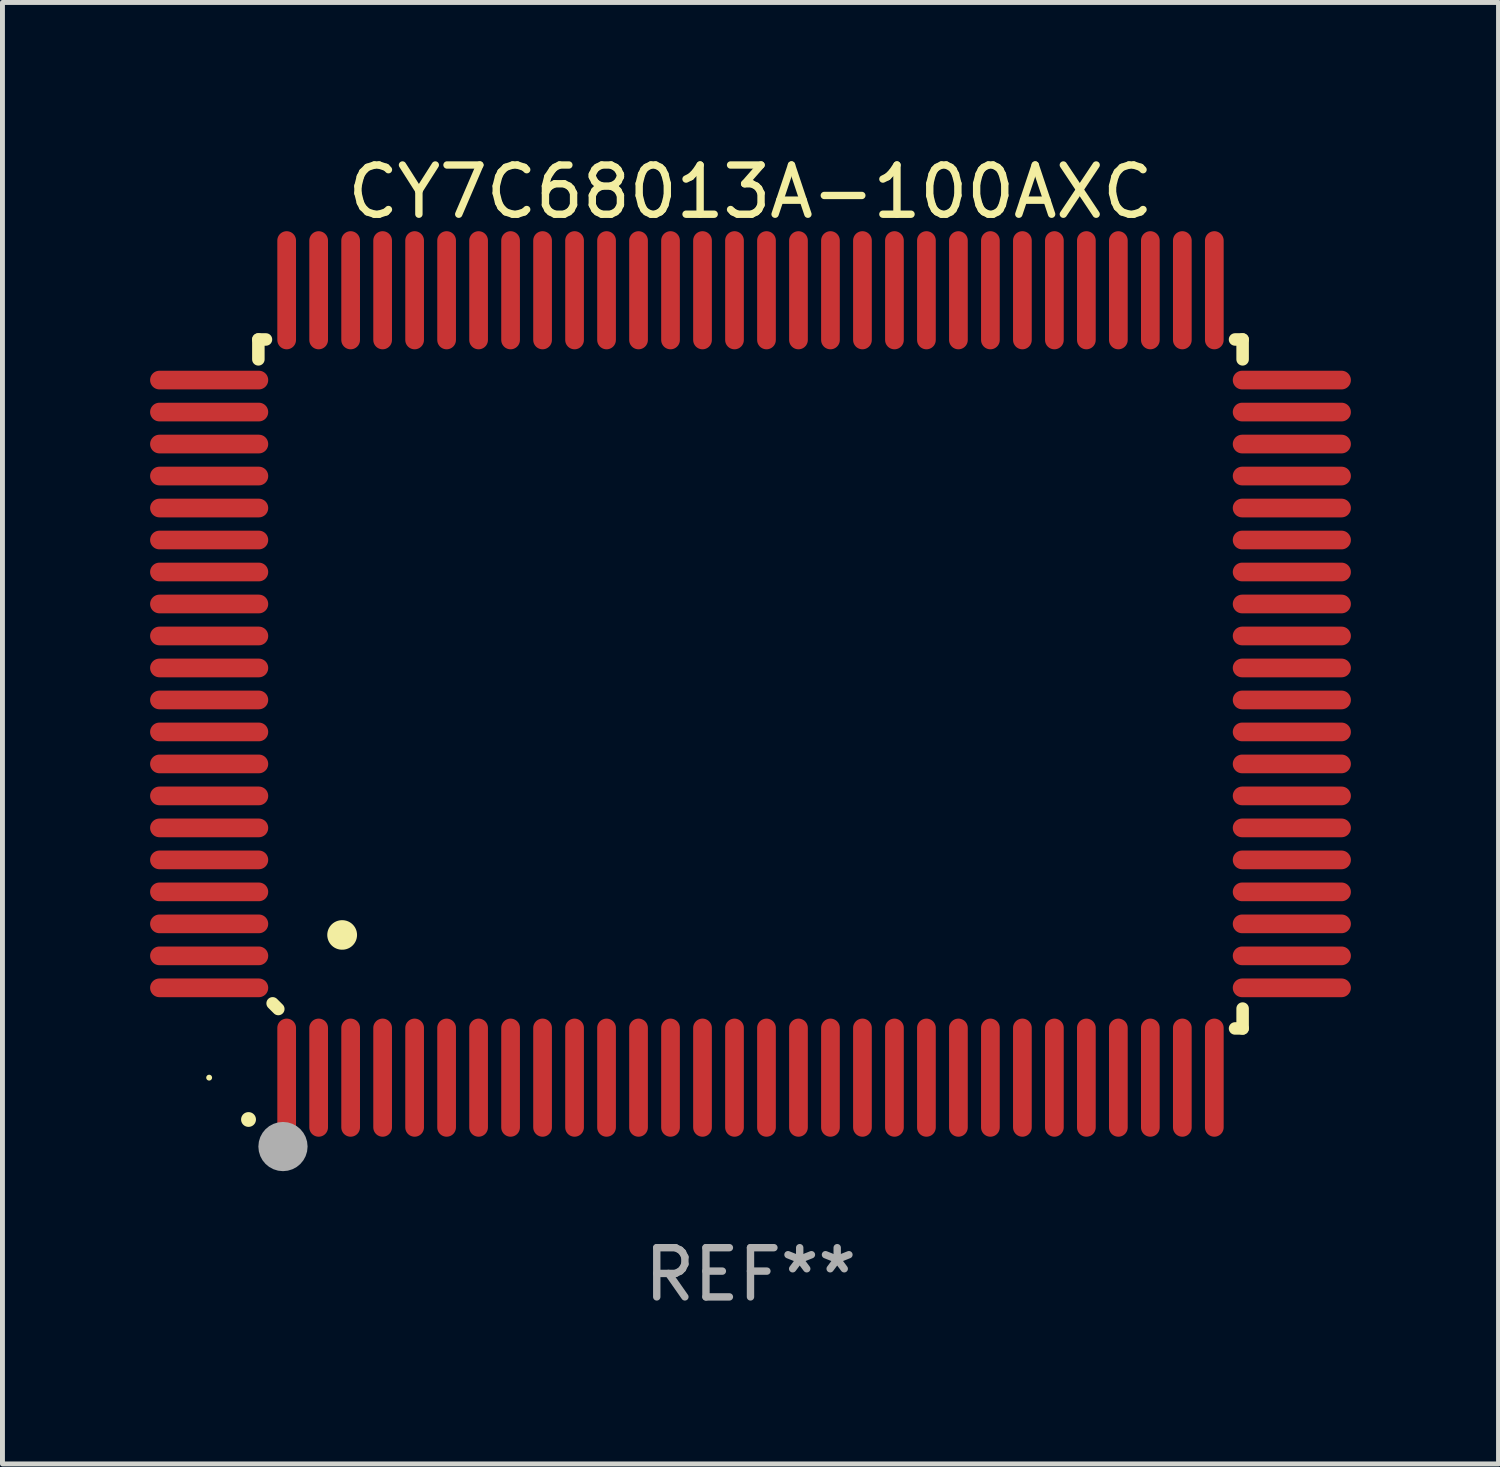
<source format=kicad_pcb>
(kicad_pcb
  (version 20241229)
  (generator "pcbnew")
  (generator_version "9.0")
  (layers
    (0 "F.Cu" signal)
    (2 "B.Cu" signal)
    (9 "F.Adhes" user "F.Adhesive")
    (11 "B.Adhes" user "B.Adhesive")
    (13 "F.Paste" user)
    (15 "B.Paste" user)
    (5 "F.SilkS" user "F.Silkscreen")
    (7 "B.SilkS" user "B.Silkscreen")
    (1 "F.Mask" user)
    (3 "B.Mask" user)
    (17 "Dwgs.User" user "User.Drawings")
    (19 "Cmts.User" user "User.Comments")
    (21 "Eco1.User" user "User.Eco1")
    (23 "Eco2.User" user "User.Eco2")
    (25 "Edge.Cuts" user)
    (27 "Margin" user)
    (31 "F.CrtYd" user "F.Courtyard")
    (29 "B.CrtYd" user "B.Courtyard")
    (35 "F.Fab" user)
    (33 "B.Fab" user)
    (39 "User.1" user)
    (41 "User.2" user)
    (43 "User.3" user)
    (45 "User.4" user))
  (footprint "CY7C68013A-100AXC"
    (layer "F.Cu")
    (at 12.2 10.848)
    (property "Reference" "CY7C68013A-100AXC" (at 0 -10 0) (layer "F.SilkS") (effects (font (size 1 1) (thickness 0.15))))
    (attr through_hole)
    (fp_line (start -10 -7) (end -10 -6.596) (stroke (width 0.254) (type solid)) (layer "F.SilkS"))
    (fp_line (start -10 -7) (end -9.846 -7) (stroke (width 0.254) (type solid)) (layer "F.SilkS"))
    (fp_line (start -9.595 6.605) (end -9.71 6.49) (stroke (width 0.254) (type solid)) (layer "F.SilkS"))
    (fp_line (start 9.846 -7) (end 10 -7) (stroke (width 0.254) (type solid)) (layer "F.SilkS"))
    (fp_line (start 10 -7) (end 10 -6.596) (stroke (width 0.254) (type solid)) (layer "F.SilkS"))
    (fp_line (start 10 6.596) (end 10 7) (stroke (width 0.254) (type solid)) (layer "F.SilkS"))
    (fp_line (start 10 7) (end 9.846 7) (stroke (width 0.254) (type solid)) (layer "F.SilkS"))
    (fp_arc (start -10.201295 8.850064) (mid -10.200025 8.850059) (end -10.198755 8.850064) (stroke (width 0.3) (type solid)) (layer "F.SilkS"))
    (fp_arc (start -8.300025 5.100076) (mid -8.297485 5.100065) (end -8.294945 5.100076) (stroke (width 0.6) (type solid)) (layer "F.SilkS"))
    (fp_circle (center -11 8) (end -10.97 8) (stroke (width 0.06) (type solid)) (fill no) (layer "F.SilkS"))
    (fp_circle (center -9.5 9.4) (end -9.25 9.4) (stroke (width 0.5) (type solid)) (fill no) (layer "F.Fab"))
    (fp_text user "REF**" (at 0 12 0) (layer "F.Fab") (effects (font (size 1 1) (thickness 0.15))))
    (pad "1" smd oval (at -9.425 8 180) (size 0.38 2.4) (layers "F.Cu" "F.Mask" "F.Paste"))
    (pad "2" smd oval (at -8.775 8 180) (size 0.38 2.4) (layers "F.Cu" "F.Mask" "F.Paste"))
    (pad "3" smd oval (at -8.125 8 180) (size 0.38 2.4) (layers "F.Cu" "F.Mask" "F.Paste"))
    (pad "4" smd oval (at -7.475 8 180) (size 0.38 2.4) (layers "F.Cu" "F.Mask" "F.Paste"))
    (pad "5" smd oval (at -6.825 8 180) (size 0.38 2.4) (layers "F.Cu" "F.Mask" "F.Paste"))
    (pad "6" smd oval (at -6.175 8 180) (size 0.38 2.4) (layers "F.Cu" "F.Mask" "F.Paste"))
    (pad "7" smd oval (at -5.525 8 180) (size 0.38 2.4) (layers "F.Cu" "F.Mask" "F.Paste"))
    (pad "8" smd oval (at -4.875 8 180) (size 0.38 2.4) (layers "F.Cu" "F.Mask" "F.Paste"))
    (pad "9" smd oval (at -4.225 8 180) (size 0.38 2.4) (layers "F.Cu" "F.Mask" "F.Paste"))
    (pad "10" smd oval (at -3.575 8 180) (size 0.38 2.4) (layers "F.Cu" "F.Mask" "F.Paste"))
    (pad "11" smd oval (at -2.925 8 180) (size 0.38 2.4) (layers "F.Cu" "F.Mask" "F.Paste"))
    (pad "12" smd oval (at -2.275 8 180) (size 0.38 2.4) (layers "F.Cu" "F.Mask" "F.Paste"))
    (pad "13" smd oval (at -1.625 8 180) (size 0.38 2.4) (layers "F.Cu" "F.Mask" "F.Paste"))
    (pad "14" smd oval (at -0.975 8 180) (size 0.38 2.4) (layers "F.Cu" "F.Mask" "F.Paste"))
    (pad "15" smd oval (at -0.325 8 180) (size 0.38 2.4) (layers "F.Cu" "F.Mask" "F.Paste"))
    (pad "16" smd oval (at 0.325 8 180) (size 0.38 2.4) (layers "F.Cu" "F.Mask" "F.Paste"))
    (pad "17" smd oval (at 0.975 8 180) (size 0.38 2.4) (layers "F.Cu" "F.Mask" "F.Paste"))
    (pad "18" smd oval (at 1.625 8 180) (size 0.38 2.4) (layers "F.Cu" "F.Mask" "F.Paste"))
    (pad "19" smd oval (at 2.275 8 180) (size 0.38 2.4) (layers "F.Cu" "F.Mask" "F.Paste"))
    (pad "20" smd oval (at 2.925 8 180) (size 0.38 2.4) (layers "F.Cu" "F.Mask" "F.Paste"))
    (pad "21" smd oval (at 3.575 8 180) (size 0.38 2.4) (layers "F.Cu" "F.Mask" "F.Paste"))
    (pad "22" smd oval (at 4.225 8 180) (size 0.38 2.4) (layers "F.Cu" "F.Mask" "F.Paste"))
    (pad "23" smd oval (at 4.875 8 180) (size 0.38 2.4) (layers "F.Cu" "F.Mask" "F.Paste"))
    (pad "24" smd oval (at 5.525 8 180) (size 0.38 2.4) (layers "F.Cu" "F.Mask" "F.Paste"))
    (pad "25" smd oval (at 6.175 8 180) (size 0.38 2.4) (layers "F.Cu" "F.Mask" "F.Paste"))
    (pad "26" smd oval (at 6.825 8 180) (size 0.38 2.4) (layers "F.Cu" "F.Mask" "F.Paste"))
    (pad "27" smd oval (at 7.475 8 180) (size 0.38 2.4) (layers "F.Cu" "F.Mask" "F.Paste"))
    (pad "28" smd oval (at 8.125 8 180) (size 0.38 2.4) (layers "F.Cu" "F.Mask" "F.Paste"))
    (pad "29" smd oval (at 8.775 8 180) (size 0.38 2.4) (layers "F.Cu" "F.Mask" "F.Paste"))
    (pad "30" smd oval (at 9.425 8 180) (size 0.38 2.4) (layers "F.Cu" "F.Mask" "F.Paste"))
    (pad "31" smd oval (at 11 6.175 90) (size 0.38 2.4) (layers "F.Cu" "F.Mask" "F.Paste"))
    (pad "32" smd oval (at 11 5.525 90) (size 0.38 2.4) (layers "F.Cu" "F.Mask" "F.Paste"))
    (pad "33" smd oval (at 11 4.875 90) (size 0.38 2.4) (layers "F.Cu" "F.Mask" "F.Paste"))
    (pad "34" smd oval (at 11 4.225 90) (size 0.38 2.4) (layers "F.Cu" "F.Mask" "F.Paste"))
    (pad "35" smd oval (at 11 3.575 90) (size 0.38 2.4) (layers "F.Cu" "F.Mask" "F.Paste"))
    (pad "36" smd oval (at 11 2.925 90) (size 0.38 2.4) (layers "F.Cu" "F.Mask" "F.Paste"))
    (pad "37" smd oval (at 11 2.275 90) (size 0.38 2.4) (layers "F.Cu" "F.Mask" "F.Paste"))
    (pad "38" smd oval (at 11 1.625 90) (size 0.38 2.4) (layers "F.Cu" "F.Mask" "F.Paste"))
    (pad "39" smd oval (at 11 0.975 90) (size 0.38 2.4) (layers "F.Cu" "F.Mask" "F.Paste"))
    (pad "40" smd oval (at 11 0.325 90) (size 0.38 2.4) (layers "F.Cu" "F.Mask" "F.Paste"))
    (pad "41" smd oval (at 11 -0.325 90) (size 0.38 2.4) (layers "F.Cu" "F.Mask" "F.Paste"))
    (pad "42" smd oval (at 11 -0.975 90) (size 0.38 2.4) (layers "F.Cu" "F.Mask" "F.Paste"))
    (pad "43" smd oval (at 11 -1.625 90) (size 0.38 2.4) (layers "F.Cu" "F.Mask" "F.Paste"))
    (pad "44" smd oval (at 11 -2.275 90) (size 0.38 2.4) (layers "F.Cu" "F.Mask" "F.Paste"))
    (pad "45" smd oval (at 11 -2.925 90) (size 0.38 2.4) (layers "F.Cu" "F.Mask" "F.Paste"))
    (pad "46" smd oval (at 11 -3.575 90) (size 0.38 2.4) (layers "F.Cu" "F.Mask" "F.Paste"))
    (pad "47" smd oval (at 11 -4.225 90) (size 0.38 2.4) (layers "F.Cu" "F.Mask" "F.Paste"))
    (pad "48" smd oval (at 11 -4.875 90) (size 0.38 2.4) (layers "F.Cu" "F.Mask" "F.Paste"))
    (pad "49" smd oval (at 11 -5.525 90) (size 0.38 2.4) (layers "F.Cu" "F.Mask" "F.Paste"))
    (pad "50" smd oval (at 11 -6.175 90) (size 0.38 2.4) (layers "F.Cu" "F.Mask" "F.Paste"))
    (pad "51" smd oval (at 9.425 -8 180) (size 0.38 2.4) (layers "F.Cu" "F.Mask" "F.Paste"))
    (pad "52" smd oval (at 8.775 -8 180) (size 0.38 2.4) (layers "F.Cu" "F.Mask" "F.Paste"))
    (pad "53" smd oval (at 8.125 -8 180) (size 0.38 2.4) (layers "F.Cu" "F.Mask" "F.Paste"))
    (pad "54" smd oval (at 7.475 -8 180) (size 0.38 2.4) (layers "F.Cu" "F.Mask" "F.Paste"))
    (pad "55" smd oval (at 6.825 -8 180) (size 0.38 2.4) (layers "F.Cu" "F.Mask" "F.Paste"))
    (pad "56" smd oval (at 6.175 -8 180) (size 0.38 2.4) (layers "F.Cu" "F.Mask" "F.Paste"))
    (pad "57" smd oval (at 5.525 -8 180) (size 0.38 2.4) (layers "F.Cu" "F.Mask" "F.Paste"))
    (pad "58" smd oval (at 4.875 -8 180) (size 0.38 2.4) (layers "F.Cu" "F.Mask" "F.Paste"))
    (pad "59" smd oval (at 4.225 -8 180) (size 0.38 2.4) (layers "F.Cu" "F.Mask" "F.Paste"))
    (pad "60" smd oval (at 3.575 -8 180) (size 0.38 2.4) (layers "F.Cu" "F.Mask" "F.Paste"))
    (pad "61" smd oval (at 2.925 -8 180) (size 0.38 2.4) (layers "F.Cu" "F.Mask" "F.Paste"))
    (pad "62" smd oval (at 2.275 -8 180) (size 0.38 2.4) (layers "F.Cu" "F.Mask" "F.Paste"))
    (pad "63" smd oval (at 1.625 -8 180) (size 0.38 2.4) (layers "F.Cu" "F.Mask" "F.Paste"))
    (pad "64" smd oval (at 0.975 -8 180) (size 0.38 2.4) (layers "F.Cu" "F.Mask" "F.Paste"))
    (pad "65" smd oval (at 0.325 -8 180) (size 0.38 2.4) (layers "F.Cu" "F.Mask" "F.Paste"))
    (pad "66" smd oval (at -0.325 -8 180) (size 0.38 2.4) (layers "F.Cu" "F.Mask" "F.Paste"))
    (pad "67" smd oval (at -0.975 -8 180) (size 0.38 2.4) (layers "F.Cu" "F.Mask" "F.Paste"))
    (pad "68" smd oval (at -1.625 -8 180) (size 0.38 2.4) (layers "F.Cu" "F.Mask" "F.Paste"))
    (pad "69" smd oval (at -2.275 -8 180) (size 0.38 2.4) (layers "F.Cu" "F.Mask" "F.Paste"))
    (pad "70" smd oval (at -2.925 -8 180) (size 0.38 2.4) (layers "F.Cu" "F.Mask" "F.Paste"))
    (pad "71" smd oval (at -3.575 -8 180) (size 0.38 2.4) (layers "F.Cu" "F.Mask" "F.Paste"))
    (pad "72" smd oval (at -4.225 -8 180) (size 0.38 2.4) (layers "F.Cu" "F.Mask" "F.Paste"))
    (pad "73" smd oval (at -4.875 -8 180) (size 0.38 2.4) (layers "F.Cu" "F.Mask" "F.Paste"))
    (pad "74" smd oval (at -5.525 -8 180) (size 0.38 2.4) (layers "F.Cu" "F.Mask" "F.Paste"))
    (pad "75" smd oval (at -6.175 -8 180) (size 0.38 2.4) (layers "F.Cu" "F.Mask" "F.Paste"))
    (pad "76" smd oval (at -6.825 -8 180) (size 0.38 2.4) (layers "F.Cu" "F.Mask" "F.Paste"))
    (pad "77" smd oval (at -7.475 -8 180) (size 0.38 2.4) (layers "F.Cu" "F.Mask" "F.Paste"))
    (pad "78" smd oval (at -8.125 -8 180) (size 0.38 2.4) (layers "F.Cu" "F.Mask" "F.Paste"))
    (pad "79" smd oval (at -8.775 -8 180) (size 0.38 2.4) (layers "F.Cu" "F.Mask" "F.Paste"))
    (pad "80" smd oval (at -9.425 -8 180) (size 0.38 2.4) (layers "F.Cu" "F.Mask" "F.Paste"))
    (pad "81" smd oval (at -11 -6.175 90) (size 0.38 2.4) (layers "F.Cu" "F.Mask" "F.Paste"))
    (pad "82" smd oval (at -11 -5.525 90) (size 0.38 2.4) (layers "F.Cu" "F.Mask" "F.Paste"))
    (pad "83" smd oval (at -11 -4.875 90) (size 0.38 2.4) (layers "F.Cu" "F.Mask" "F.Paste"))
    (pad "84" smd oval (at -11 -4.225 90) (size 0.38 2.4) (layers "F.Cu" "F.Mask" "F.Paste"))
    (pad "85" smd oval (at -11 -3.575 90) (size 0.38 2.4) (layers "F.Cu" "F.Mask" "F.Paste"))
    (pad "86" smd oval (at -11 -2.925 90) (size 0.38 2.4) (layers "F.Cu" "F.Mask" "F.Paste"))
    (pad "87" smd oval (at -11 -2.275 90) (size 0.38 2.4) (layers "F.Cu" "F.Mask" "F.Paste"))
    (pad "88" smd oval (at -11 -1.625 90) (size 0.38 2.4) (layers "F.Cu" "F.Mask" "F.Paste"))
    (pad "89" smd oval (at -11 -0.975 90) (size 0.38 2.4) (layers "F.Cu" "F.Mask" "F.Paste"))
    (pad "90" smd oval (at -11 -0.325 90) (size 0.38 2.4) (layers "F.Cu" "F.Mask" "F.Paste"))
    (pad "91" smd oval (at -11 0.325 90) (size 0.38 2.4) (layers "F.Cu" "F.Mask" "F.Paste"))
    (pad "92" smd oval (at -11 0.975 90) (size 0.38 2.4) (layers "F.Cu" "F.Mask" "F.Paste"))
    (pad "93" smd oval (at -11 1.625 90) (size 0.38 2.4) (layers "F.Cu" "F.Mask" "F.Paste"))
    (pad "94" smd oval (at -11 2.275 90) (size 0.38 2.4) (layers "F.Cu" "F.Mask" "F.Paste"))
    (pad "95" smd oval (at -11 2.925 90) (size 0.38 2.4) (layers "F.Cu" "F.Mask" "F.Paste"))
    (pad "96" smd oval (at -11 3.575 90) (size 0.38 2.4) (layers "F.Cu" "F.Mask" "F.Paste"))
    (pad "97" smd oval (at -11 4.225 90) (size 0.38 2.4) (layers "F.Cu" "F.Mask" "F.Paste"))
    (pad "98" smd oval (at -11 4.875 90) (size 0.38 2.4) (layers "F.Cu" "F.Mask" "F.Paste"))
    (pad "99" smd oval (at -11 5.525 90) (size 0.38 2.4) (layers "F.Cu" "F.Mask" "F.Paste"))
    (pad "100" smd oval (at -11 6.175 90) (size 0.38 2.4) (layers "F.Cu" "F.Mask" "F.Paste")))
  (gr_rect
    (start -3 -3)
    (end 27.4 26.697)
    (stroke (width 0.1) (type default))
    (fill no)
    (layer "Edge.Cuts")))
</source>
